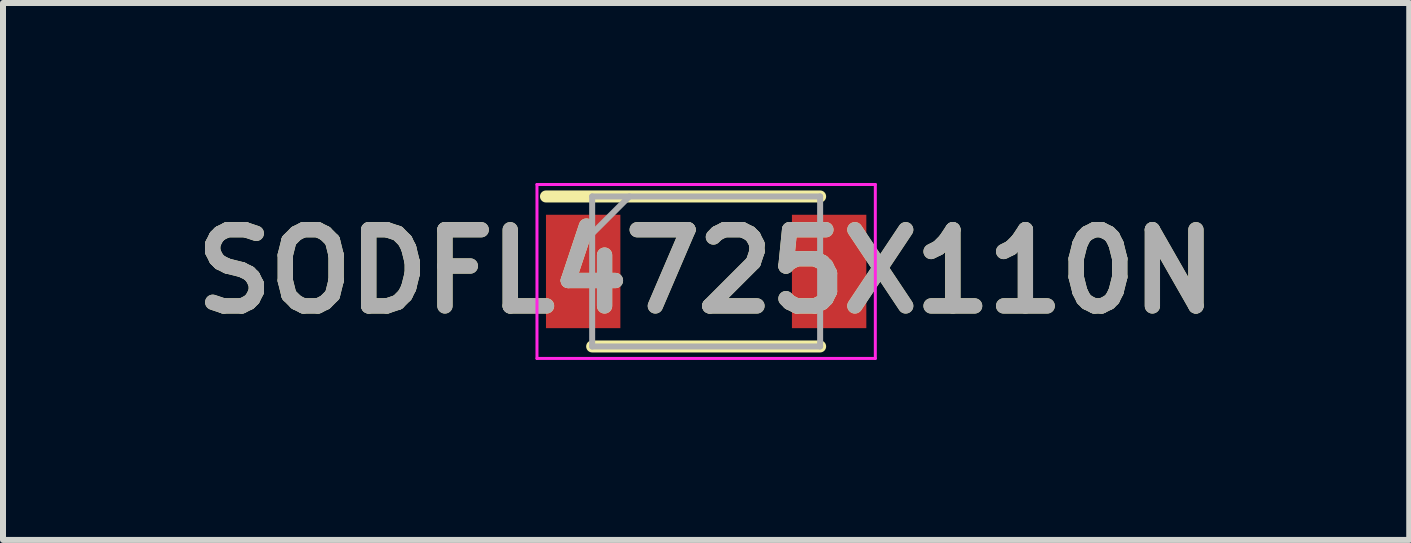
<source format=kicad_pcb>
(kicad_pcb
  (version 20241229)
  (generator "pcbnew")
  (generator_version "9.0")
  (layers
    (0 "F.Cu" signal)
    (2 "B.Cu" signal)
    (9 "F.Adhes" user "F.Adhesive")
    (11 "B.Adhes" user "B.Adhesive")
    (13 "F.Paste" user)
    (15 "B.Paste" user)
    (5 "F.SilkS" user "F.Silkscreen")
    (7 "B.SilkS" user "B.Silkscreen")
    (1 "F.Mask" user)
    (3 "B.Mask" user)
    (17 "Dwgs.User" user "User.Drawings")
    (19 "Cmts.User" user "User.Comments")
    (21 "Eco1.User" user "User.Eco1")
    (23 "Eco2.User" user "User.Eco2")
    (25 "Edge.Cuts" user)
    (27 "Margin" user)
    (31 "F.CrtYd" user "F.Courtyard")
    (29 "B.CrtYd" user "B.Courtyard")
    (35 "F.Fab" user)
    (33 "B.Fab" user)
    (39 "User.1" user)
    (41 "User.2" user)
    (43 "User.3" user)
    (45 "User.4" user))
  (footprint "SODFL4725X110N"
    (layer "F.Cu")
    (at 8.721 1.475)
    (property "Reference" "SODFL4725X110N" (at 0 0 0) (layer "F.SilkS") (effects (font (size 1.27 1.27) (thickness 0.254))))
    (attr smd)
    (fp_line (start -2.67 -1.25) (end 1.9 -1.25) (stroke (width 0.2) (type solid)) (layer "F.SilkS"))
    (fp_line (start -1.9 1.25) (end 1.9 1.25) (stroke (width 0.2) (type solid)) (layer "F.SilkS"))
    (fp_line (start -2.82 -1.45) (end 2.82 -1.45) (stroke (width 0.05) (type solid)) (layer "F.CrtYd"))
    (fp_line (start -2.82 1.45) (end -2.82 -1.45) (stroke (width 0.05) (type solid)) (layer "F.CrtYd"))
    (fp_line (start 2.82 -1.45) (end 2.82 1.45) (stroke (width 0.05) (type solid)) (layer "F.CrtYd"))
    (fp_line (start 2.82 1.45) (end -2.82 1.45) (stroke (width 0.05) (type solid)) (layer "F.CrtYd"))
    (fp_line (start -1.9 -1.25) (end 1.9 -1.25) (stroke (width 0.1) (type solid)) (layer "F.Fab"))
    (fp_line (start -1.9 -0.63) (end -1.28 -1.25) (stroke (width 0.1) (type solid)) (layer "F.Fab"))
    (fp_line (start -1.9 1.25) (end -1.9 -1.25) (stroke (width 0.1) (type solid)) (layer "F.Fab"))
    (fp_line (start 1.9 -1.25) (end 1.9 1.25) (stroke (width 0.1) (type solid)) (layer "F.Fab"))
    (fp_line (start 1.9 1.25) (end -1.9 1.25) (stroke (width 0.1) (type solid)) (layer "F.Fab"))
    (fp_text user "${REFERENCE}" (at 0 0 0) (layer "F.Fab") (effects (font (size 1.27 1.27) (thickness 0.254))))
    (pad "1" smd rect (at -2.05 0) (size 1.24 1.89) (layers "F.Cu" "F.Mask" "F.Paste"))
    (pad "2" smd rect (at 2.05 0) (size 1.24 1.89) (layers "F.Cu" "F.Mask" "F.Paste")))
  (gr_rect
    (start -3 -3)
    (end 20.441 5.95)
    (stroke (width 0.1) (type default))
    (fill no)
    (layer "Edge.Cuts")))
</source>
